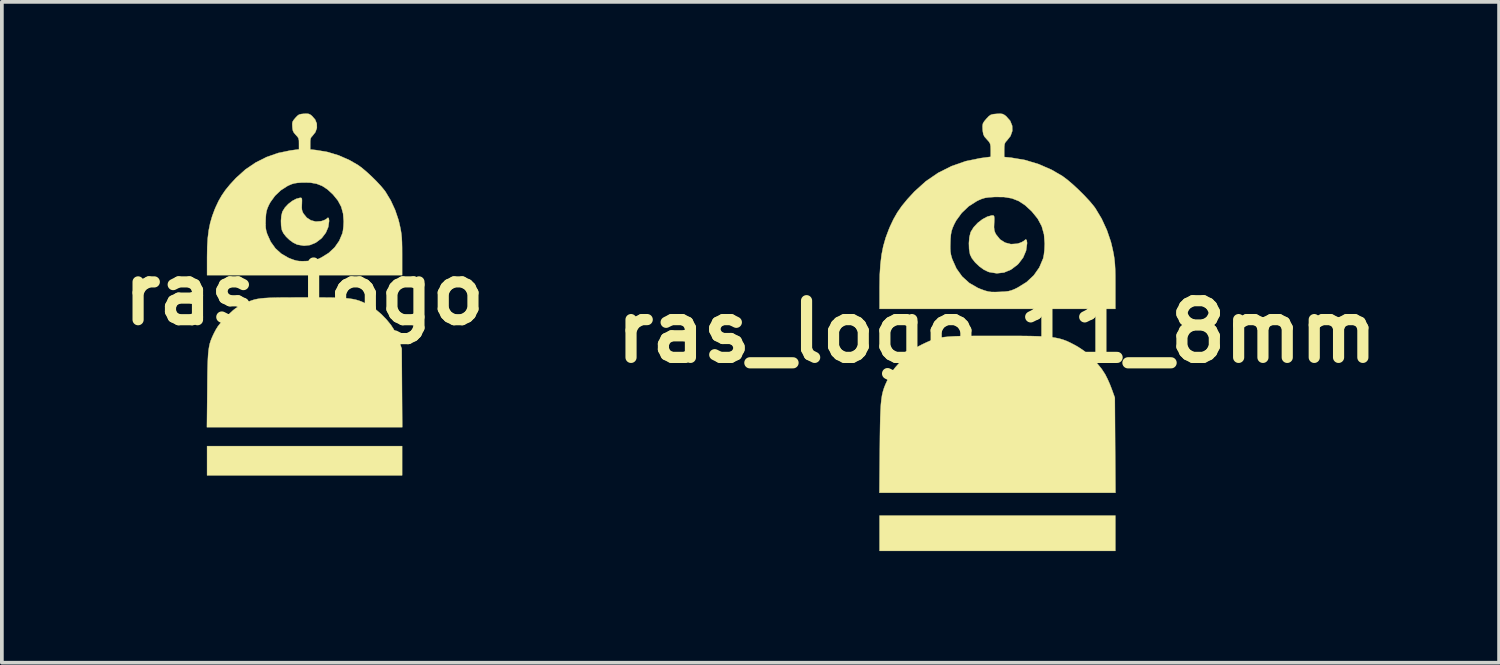
<source format=kicad_pcb>
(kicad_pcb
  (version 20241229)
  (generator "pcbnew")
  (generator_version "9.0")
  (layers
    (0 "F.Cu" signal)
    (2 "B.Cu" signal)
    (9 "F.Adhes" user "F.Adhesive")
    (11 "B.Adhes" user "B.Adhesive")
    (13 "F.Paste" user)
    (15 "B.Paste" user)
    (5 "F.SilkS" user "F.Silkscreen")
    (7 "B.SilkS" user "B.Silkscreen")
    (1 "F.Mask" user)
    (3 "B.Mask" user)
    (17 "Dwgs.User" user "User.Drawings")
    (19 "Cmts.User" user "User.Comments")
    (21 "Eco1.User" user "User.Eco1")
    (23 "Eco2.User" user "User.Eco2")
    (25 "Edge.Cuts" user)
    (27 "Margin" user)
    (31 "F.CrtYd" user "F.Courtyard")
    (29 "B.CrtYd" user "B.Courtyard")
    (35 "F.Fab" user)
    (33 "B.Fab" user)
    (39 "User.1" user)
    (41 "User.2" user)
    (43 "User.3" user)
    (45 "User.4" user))
  (footprint "ras_logo_11_8mm"
    (layer "F.Cu")
    (at 23.741 5.865)
    (property "Reference" "ras_logo_11_8mm" (at 0 0 0) (layer "F.SilkS") (effects (font (size 1.524 1.524) (thickness 0.3))))
    (attr through_hole)
    (fp_poly (pts (xy 3.182 5.889) (xy -3.154 5.889) (xy -3.154 4.94) (xy 3.182 4.94) (xy 3.182 5.889)) (stroke (width 0.01) (type solid)) (fill yes) (layer "F.SilkS"))
    (fp_poly (pts (xy -0.089 -3.121) (xy -0.075 -3.096) (xy -0.071 -3.041) (xy -0.074 -2.944) (xy -0.075 -2.924) (xy -0.079 -2.809) (xy -0.071 -2.728) (xy -0.049 -2.662) (xy -0.022 -2.611) (xy 0.084 -2.48) (xy 0.22 -2.394) (xy 0.376 -2.354) (xy 0.544 -2.365) (xy 0.574 -2.373) (xy 0.656 -2.402) (xy 0.716 -2.435) (xy 0.729 -2.446) (xy 0.772 -2.481) (xy 0.798 -2.464) (xy 0.809 -2.394) (xy 0.809 -2.372) (xy 0.782 -2.178) (xy 0.704 -1.994) (xy 0.58 -1.83) (xy 0.55 -1.8) (xy 0.374 -1.668) (xy 0.19 -1.592) (xy -0.004 -1.57) (xy -0.206 -1.603) (xy -0.237 -1.613) (xy -0.354 -1.67) (xy -0.475 -1.758) (xy -0.586 -1.864) (xy -0.673 -1.975) (xy -0.723 -2.078) (xy -0.723 -2.079) (xy -0.748 -2.223) (xy -0.753 -2.382) (xy -0.741 -2.535) (xy -0.71 -2.663) (xy -0.7 -2.688) (xy -0.624 -2.81) (xy -0.516 -2.925) (xy -0.39 -3.022) (xy -0.26 -3.092) (xy -0.139 -3.125) (xy -0.115 -3.126) (xy -0.089 -3.121)) (stroke (width 0.01) (type solid)) (fill yes) (layer "F.SilkS"))
    (fp_poly (pts (xy 0.351 0.112) (xy 0.647 0.113) (xy 0.898 0.116) (xy 1.109 0.122) (xy 1.288 0.131) (xy 1.439 0.144) (xy 1.567 0.162) (xy 1.68 0.185) (xy 1.781 0.215) (xy 1.877 0.251) (xy 1.973 0.296) (xy 2.075 0.349) (xy 2.173 0.403) (xy 2.337 0.512) (xy 2.508 0.658) (xy 2.672 0.825) (xy 2.814 1) (xy 2.908 1.144) (xy 2.969 1.264) (xy 3.033 1.407) (xy 3.086 1.544) (xy 3.088 1.549) (xy 3.168 1.772) (xy 3.176 3.049) (xy 3.185 4.326) (xy -3.158 4.326) (xy -3.147 3.119) (xy -3.144 2.797) (xy -3.14 2.525) (xy -3.135 2.297) (xy -3.127 2.107) (xy -3.118 1.949) (xy -3.104 1.817) (xy -3.087 1.705) (xy -3.064 1.607) (xy -3.036 1.517) (xy -3.002 1.429) (xy -2.96 1.337) (xy -2.923 1.26) (xy -2.864 1.148) (xy -2.802 1.05) (xy -2.726 0.952) (xy -2.627 0.842) (xy -2.526 0.738) (xy -2.406 0.618) (xy -2.311 0.531) (xy -2.226 0.464) (xy -2.14 0.409) (xy -2.037 0.355) (xy -1.982 0.328) (xy -1.882 0.281) (xy -1.793 0.242) (xy -1.707 0.209) (xy -1.62 0.182) (xy -1.526 0.161) (xy -1.419 0.144) (xy -1.293 0.132) (xy -1.143 0.123) (xy -0.963 0.117) (xy -0.747 0.114) (xy -0.49 0.112) (xy -0.186 0.112) (xy 0.006 0.112) (xy 0.351 0.112)) (stroke (width 0.01) (type solid)) (fill yes) (layer "F.SilkS"))
    (fp_poly (pts (xy 0.153 -5.851) (xy 0.206 -5.823) (xy 0.249 -5.789) (xy 0.355 -5.669) (xy 0.409 -5.535) (xy 0.412 -5.395) (xy 0.364 -5.259) (xy 0.268 -5.138) (xy 0.228 -5.094) (xy 0.206 -5.045) (xy 0.197 -4.973) (xy 0.195 -4.883) (xy 0.195 -4.696) (xy 0.384 -4.677) (xy 0.751 -4.615) (xy 1.118 -4.505) (xy 1.469 -4.352) (xy 1.755 -4.186) (xy 1.886 -4.089) (xy 2.037 -3.961) (xy 2.196 -3.813) (xy 2.352 -3.658) (xy 2.493 -3.507) (xy 2.605 -3.372) (xy 2.646 -3.316) (xy 2.813 -3.038) (xy 2.954 -2.732) (xy 3.06 -2.422) (xy 3.081 -2.338) (xy 3.114 -2.195) (xy 3.139 -2.07) (xy 3.157 -1.951) (xy 3.169 -1.827) (xy 3.177 -1.686) (xy 3.181 -1.517) (xy 3.182 -1.306) (xy 3.182 -1.241) (xy 3.182 -0.614) (xy -3.154 -0.614) (xy -3.154 -1.193) (xy -3.149 -1.525) (xy -3.131 -1.813) (xy -3.1 -2.068) (xy -3.061 -2.265) (xy -1.255 -2.265) (xy -1.25 -2.156) (xy -1.235 -2.064) (xy -1.208 -1.97) (xy -1.201 -1.949) (xy -1.088 -1.697) (xy -0.935 -1.483) (xy -0.743 -1.31) (xy -0.515 -1.178) (xy -0.435 -1.145) (xy -0.325 -1.105) (xy -0.237 -1.081) (xy -0.152 -1.069) (xy -0.049 -1.067) (xy 0.071 -1.071) (xy 0.206 -1.078) (xy 0.305 -1.089) (xy 0.387 -1.11) (xy 0.472 -1.144) (xy 0.557 -1.186) (xy 0.796 -1.334) (xy 0.99 -1.515) (xy 1.139 -1.727) (xy 1.242 -1.97) (xy 1.243 -1.973) (xy 1.262 -2.068) (xy 1.277 -2.198) (xy 1.283 -2.339) (xy 1.284 -2.367) (xy 1.265 -2.616) (xy 1.204 -2.835) (xy 1.096 -3.037) (xy 0.938 -3.232) (xy 0.929 -3.241) (xy 0.758 -3.399) (xy 0.585 -3.513) (xy 0.401 -3.585) (xy 0.193 -3.62) (xy -0.051 -3.623) (xy -0.083 -3.621) (xy -0.22 -3.612) (xy -0.321 -3.597) (xy -0.408 -3.571) (xy -0.501 -3.531) (xy -0.546 -3.508) (xy -0.76 -3.371) (xy -0.948 -3.192) (xy -1.098 -2.986) (xy -1.149 -2.889) (xy -1.193 -2.789) (xy -1.221 -2.702) (xy -1.238 -2.609) (xy -1.248 -2.491) (xy -1.251 -2.41) (xy -1.255 -2.265) (xy -3.061 -2.265) (xy -3.053 -2.303) (xy -2.989 -2.527) (xy -2.904 -2.753) (xy -2.875 -2.823) (xy -2.78 -3.024) (xy -2.677 -3.205) (xy -2.556 -3.379) (xy -2.409 -3.558) (xy -2.226 -3.757) (xy -2.206 -3.777) (xy -1.91 -4.044) (xy -1.579 -4.27) (xy -1.22 -4.45) (xy -0.84 -4.583) (xy -0.446 -4.664) (xy -0.439 -4.665) (xy -0.167 -4.701) (xy -0.167 -4.882) (xy -0.17 -4.984) (xy -0.182 -5.05) (xy -0.211 -5.103) (xy -0.264 -5.163) (xy -0.27 -5.169) (xy -0.332 -5.239) (xy -0.365 -5.304) (xy -0.38 -5.389) (xy -0.384 -5.435) (xy -0.387 -5.529) (xy -0.377 -5.593) (xy -0.344 -5.651) (xy -0.286 -5.72) (xy -0.22 -5.79) (xy -0.165 -5.829) (xy -0.098 -5.847) (xy -0.011 -5.855) (xy 0.088 -5.86) (xy 0.153 -5.851)) (stroke (width 0.01) (type solid)) (fill yes) (layer "F.SilkS")))
  (footprint "ras_logo"
    (layer "F.Cu")
    (at 5.124 4.852)
    (property "Reference" "ras_logo" (at 0 0 0) (layer "F.SilkS") (effects (font (size 1.524 1.524) (thickness 0.3))))
    (attr through_hole)
    (fp_poly (pts (xy 2.632 4.872) (xy -2.609 4.872) (xy -2.609 4.087) (xy 2.632 4.087) (xy 2.632 4.872)) (stroke (width 0.01) (type solid)) (fill yes) (layer "F.SilkS"))
    (fp_poly (pts (xy -0.074 -2.582) (xy -0.062 -2.561) (xy -0.059 -2.516) (xy -0.061 -2.436) (xy -0.062 -2.419) (xy -0.065 -2.324) (xy -0.059 -2.257) (xy -0.041 -2.202) (xy -0.018 -2.16) (xy 0.07 -2.052) (xy 0.182 -1.98) (xy 0.311 -1.947) (xy 0.45 -1.957) (xy 0.475 -1.963) (xy 0.543 -1.987) (xy 0.592 -2.014) (xy 0.603 -2.023) (xy 0.638 -2.053) (xy 0.66 -2.039) (xy 0.669 -1.98) (xy 0.67 -1.962) (xy 0.647 -1.802) (xy 0.583 -1.65) (xy 0.48 -1.514) (xy 0.455 -1.489) (xy 0.31 -1.38) (xy 0.157 -1.317) (xy -0.003 -1.299) (xy -0.171 -1.326) (xy -0.196 -1.334) (xy -0.293 -1.381) (xy -0.393 -1.454) (xy -0.485 -1.542) (xy -0.557 -1.634) (xy -0.598 -1.719) (xy -0.598 -1.72) (xy -0.619 -1.839) (xy -0.623 -1.97) (xy -0.613 -2.097) (xy -0.588 -2.203) (xy -0.579 -2.224) (xy -0.516 -2.325) (xy -0.427 -2.419) (xy -0.323 -2.5) (xy -0.215 -2.558) (xy -0.115 -2.585) (xy -0.095 -2.586) (xy -0.074 -2.582)) (stroke (width 0.01) (type solid)) (fill yes) (layer "F.SilkS"))
    (fp_poly (pts (xy 0.291 0.093) (xy 0.535 0.094) (xy 0.743 0.096) (xy 0.918 0.101) (xy 1.066 0.108) (xy 1.19 0.119) (xy 1.297 0.134) (xy 1.389 0.153) (xy 1.473 0.178) (xy 1.553 0.208) (xy 1.632 0.245) (xy 1.717 0.289) (xy 1.798 0.333) (xy 1.933 0.423) (xy 2.075 0.544) (xy 2.21 0.683) (xy 2.328 0.827) (xy 2.406 0.947) (xy 2.456 1.046) (xy 2.509 1.164) (xy 2.553 1.277) (xy 2.555 1.282) (xy 2.621 1.466) (xy 2.628 2.523) (xy 2.635 3.579) (xy -2.613 3.579) (xy -2.603 2.58) (xy -2.601 2.314) (xy -2.598 2.089) (xy -2.593 1.901) (xy -2.587 1.743) (xy -2.579 1.612) (xy -2.568 1.503) (xy -2.553 1.41) (xy -2.535 1.329) (xy -2.512 1.255) (xy -2.483 1.182) (xy -2.449 1.106) (xy -2.418 1.042) (xy -2.369 0.95) (xy -2.318 0.868) (xy -2.255 0.788) (xy -2.173 0.696) (xy -2.09 0.61) (xy -1.991 0.512) (xy -1.912 0.439) (xy -1.842 0.384) (xy -1.77 0.338) (xy -1.685 0.293) (xy -1.639 0.271) (xy -1.557 0.233) (xy -1.483 0.2) (xy -1.412 0.173) (xy -1.34 0.15) (xy -1.262 0.133) (xy -1.174 0.119) (xy -1.069 0.109) (xy -0.945 0.102) (xy -0.796 0.097) (xy -0.618 0.094) (xy -0.405 0.093) (xy -0.154 0.092) (xy 0.005 0.092) (xy 0.291 0.093)) (stroke (width 0.01) (type solid)) (fill yes) (layer "F.SilkS"))
    (fp_poly (pts (xy 0.126 -4.84) (xy 0.171 -4.817) (xy 0.206 -4.789) (xy 0.294 -4.69) (xy 0.339 -4.579) (xy 0.341 -4.463) (xy 0.301 -4.35) (xy 0.222 -4.25) (xy 0.189 -4.214) (xy 0.171 -4.174) (xy 0.163 -4.114) (xy 0.162 -4.04) (xy 0.162 -3.885) (xy 0.318 -3.869) (xy 0.621 -3.818) (xy 0.925 -3.727) (xy 1.215 -3.6) (xy 1.452 -3.463) (xy 1.56 -3.383) (xy 1.685 -3.277) (xy 1.817 -3.155) (xy 1.946 -3.027) (xy 2.062 -2.902) (xy 2.155 -2.79) (xy 2.189 -2.743) (xy 2.327 -2.513) (xy 2.444 -2.26) (xy 2.531 -2.003) (xy 2.549 -1.934) (xy 2.576 -1.816) (xy 2.597 -1.712) (xy 2.612 -1.614) (xy 2.622 -1.512) (xy 2.628 -1.395) (xy 2.631 -1.255) (xy 2.632 -1.08) (xy 2.632 -1.026) (xy 2.632 -0.508) (xy -2.609 -0.508) (xy -2.609 -0.987) (xy -2.605 -1.262) (xy -2.591 -1.5) (xy -2.565 -1.711) (xy -2.532 -1.874) (xy -1.038 -1.874) (xy -1.034 -1.783) (xy -1.022 -1.707) (xy -0.999 -1.629) (xy -0.994 -1.613) (xy -0.9 -1.404) (xy -0.773 -1.227) (xy -0.615 -1.084) (xy -0.426 -0.974) (xy -0.36 -0.947) (xy -0.269 -0.914) (xy -0.196 -0.894) (xy -0.126 -0.885) (xy -0.041 -0.883) (xy 0.059 -0.886) (xy 0.171 -0.892) (xy 0.252 -0.901) (xy 0.32 -0.918) (xy 0.391 -0.947) (xy 0.461 -0.981) (xy 0.658 -1.103) (xy 0.819 -1.253) (xy 0.942 -1.429) (xy 1.027 -1.63) (xy 1.028 -1.632) (xy 1.044 -1.711) (xy 1.056 -1.818) (xy 1.062 -1.935) (xy 1.062 -1.959) (xy 1.046 -2.164) (xy 0.996 -2.346) (xy 0.907 -2.512) (xy 0.776 -2.674) (xy 0.769 -2.681) (xy 0.627 -2.812) (xy 0.484 -2.906) (xy 0.332 -2.965) (xy 0.16 -2.995) (xy -0.042 -2.997) (xy -0.069 -2.996) (xy -0.182 -2.988) (xy -0.266 -2.975) (xy -0.337 -2.954) (xy -0.414 -2.921) (xy -0.452 -2.902) (xy -0.629 -2.788) (xy -0.784 -2.641) (xy -0.908 -2.47) (xy -0.951 -2.39) (xy -0.987 -2.307) (xy -1.01 -2.235) (xy -1.024 -2.159) (xy -1.032 -2.061) (xy -1.035 -1.994) (xy -1.038 -1.874) (xy -2.532 -1.874) (xy -2.526 -1.905) (xy -2.472 -2.091) (xy -2.403 -2.277) (xy -2.378 -2.335) (xy -2.3 -2.501) (xy -2.214 -2.651) (xy -2.115 -2.795) (xy -1.993 -2.944) (xy -1.842 -3.108) (xy -1.825 -3.125) (xy -1.58 -3.346) (xy -1.306 -3.532) (xy -1.01 -3.681) (xy -0.695 -3.791) (xy -0.369 -3.858) (xy -0.363 -3.859) (xy -0.139 -3.889) (xy -0.139 -4.039) (xy -0.14 -4.123) (xy -0.15 -4.178) (xy -0.174 -4.221) (xy -0.219 -4.271) (xy -0.224 -4.276) (xy -0.274 -4.334) (xy -0.302 -4.388) (xy -0.314 -4.458) (xy -0.317 -4.497) (xy -0.32 -4.574) (xy -0.312 -4.627) (xy -0.284 -4.675) (xy -0.237 -4.732) (xy -0.182 -4.79) (xy -0.137 -4.822) (xy -0.081 -4.837) (xy -0.009 -4.844) (xy 0.072 -4.847) (xy 0.126 -4.84)) (stroke (width 0.01) (type solid)) (fill yes) (layer "F.SilkS")))
  (gr_rect
    (start -3 -3)
    (end 37.235 14.759)
    (stroke (width 0.1) (type default))
    (fill no)
    (layer "Edge.Cuts")))
</source>
